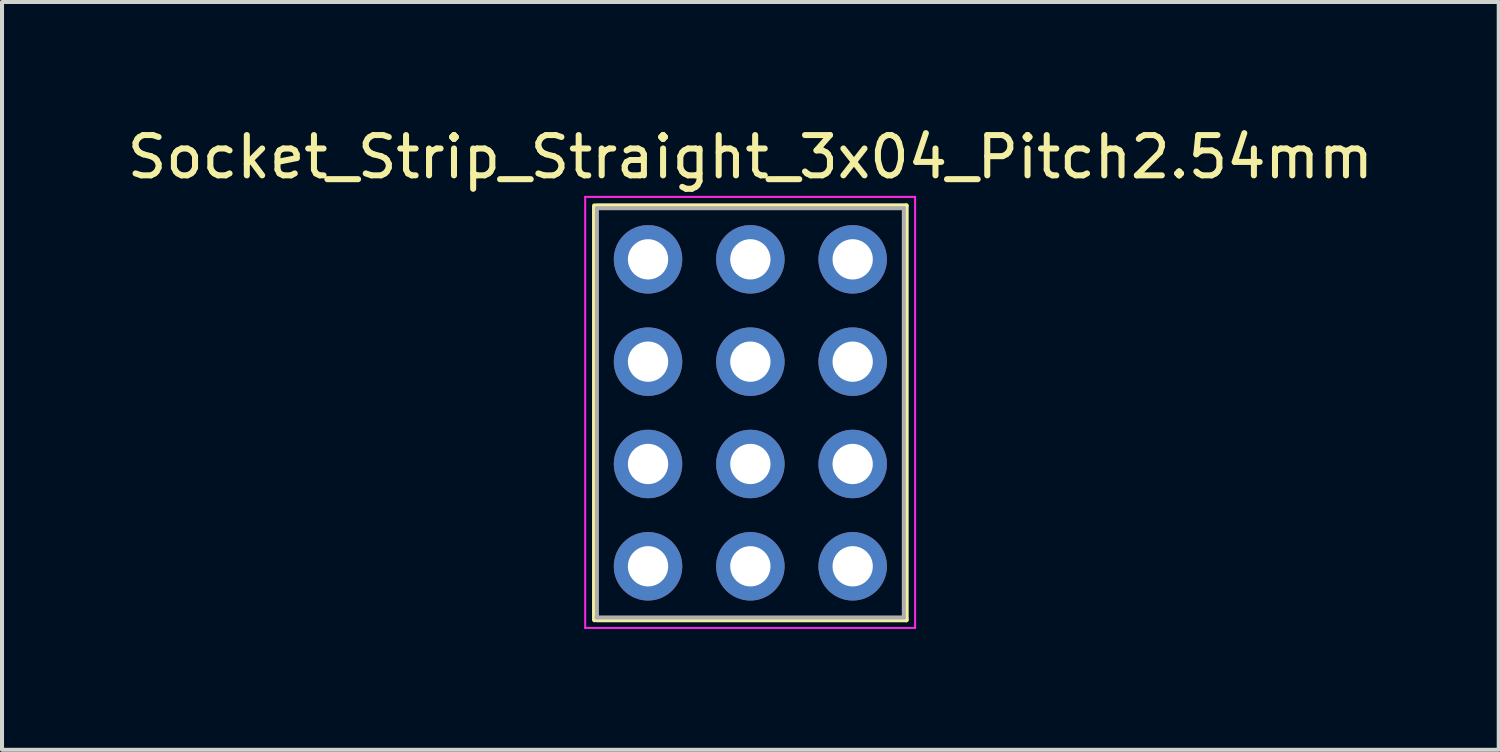
<source format=kicad_pcb>
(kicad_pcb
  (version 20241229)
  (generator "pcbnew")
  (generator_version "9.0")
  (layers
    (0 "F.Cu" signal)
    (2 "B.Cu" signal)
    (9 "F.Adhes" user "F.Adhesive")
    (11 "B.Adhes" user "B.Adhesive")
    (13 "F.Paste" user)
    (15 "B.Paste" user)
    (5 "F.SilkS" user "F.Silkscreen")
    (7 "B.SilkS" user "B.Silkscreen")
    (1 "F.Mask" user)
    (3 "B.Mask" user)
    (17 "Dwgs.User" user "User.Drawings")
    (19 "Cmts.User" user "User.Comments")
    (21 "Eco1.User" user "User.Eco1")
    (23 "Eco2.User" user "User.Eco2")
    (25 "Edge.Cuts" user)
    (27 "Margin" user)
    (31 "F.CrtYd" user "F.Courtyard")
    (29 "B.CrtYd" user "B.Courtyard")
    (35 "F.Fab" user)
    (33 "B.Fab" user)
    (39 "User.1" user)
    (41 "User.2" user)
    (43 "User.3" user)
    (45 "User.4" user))
  (footprint "Socket_Strip_Straight_3x04_Pitch2.54mm"
    (placed yes)
    (layer "F.Cu")
    (at 18.117 3.388)
    (property "Reference" "Socket_Strip_Straight_3x04_Pitch2.54mm" (at -2.54 -2.54 0) (layer "F.SilkS") (effects (font (size 1 1) (thickness 0.15))))
    (attr through_hole)
    (fp_line (start -6.41 8.95) (end -6.41 -1.33) (stroke (width 0.12) (type solid)) (layer "F.SilkS"))
    (fp_line (start -6.35 -1.33) (end 1.33 -1.33) (stroke (width 0.12) (type solid)) (layer "F.SilkS"))
    (fp_line (start 1.33 -1.33) (end 1.33 8.95) (stroke (width 0.12) (type solid)) (layer "F.SilkS"))
    (fp_line (start 1.33 8.95) (end -6.35 8.95) (stroke (width 0.12) (type solid)) (layer "F.SilkS"))
    (fp_line (start -6.64 -1.55) (end -6.64 9.15) (stroke (width 0.05) (type solid)) (layer "F.CrtYd"))
    (fp_line (start -6.64 9.15) (end 1.55 9.15) (stroke (width 0.05) (type solid)) (layer "F.CrtYd"))
    (fp_line (start 1.55 -1.55) (end -6.64 -1.55) (stroke (width 0.05) (type solid)) (layer "F.CrtYd"))
    (fp_line (start 1.55 9.15) (end 1.55 -1.55) (stroke (width 0.05) (type solid)) (layer "F.CrtYd"))
    (fp_line (start -6.36 8.89) (end 1.27 8.89) (stroke (width 0.1) (type solid)) (layer "F.Fab"))
    (fp_line (start -6.35 -1.27) (end -6.35 8.89) (stroke (width 0.1) (type solid)) (layer "F.Fab"))
    (fp_line (start 1.27 -1.27) (end -6.35 -1.27) (stroke (width 0.1) (type solid)) (layer "F.Fab"))
    (fp_line (start 1.27 8.89) (end 1.27 -1.27) (stroke (width 0.1) (type solid)) (layer "F.Fab"))
    (pad "1" thru_hole circle (at 0 0) (size 1.7 1.7) (drill 1) (layers "*.Cu" "*.Mask"))
    (pad "2" thru_hole oval (at -2.54 0) (size 1.7 1.7) (drill 1) (layers "*.Cu" "*.Mask"))
    (pad "3" thru_hole oval (at 0 2.54) (size 1.7 1.7) (drill 1) (layers "*.Cu" "*.Mask"))
    (pad "4" thru_hole oval (at -2.54 2.54) (size 1.7 1.7) (drill 1) (layers "*.Cu" "*.Mask"))
    (pad "5" thru_hole oval (at 0 5.08) (size 1.7 1.7) (drill 1) (layers "*.Cu" "*.Mask"))
    (pad "6" thru_hole oval (at -2.54 5.08) (size 1.7 1.7) (drill 1) (layers "*.Cu" "*.Mask"))
    (pad "7" thru_hole oval (at 0 7.62) (size 1.7 1.7) (drill 1) (layers "*.Cu" "*.Mask"))
    (pad "8" thru_hole oval (at -2.54 7.62) (size 1.7 1.7) (drill 1) (layers "*.Cu" "*.Mask"))
    (pad "9" thru_hole oval (at -5.08 0) (size 1.7 1.7) (drill 1) (layers "*.Cu" "*.Mask"))
    (pad "10" thru_hole oval (at -5.08 2.54) (size 1.7 1.7) (drill 1) (layers "*.Cu" "*.Mask"))
    (pad "11" thru_hole oval (at -5.08 5.08) (size 1.7 1.7) (drill 1) (layers "*.Cu" "*.Mask"))
    (pad "12" thru_hole oval (at -5.08 7.62) (size 1.7 1.7) (drill 1) (layers "*.Cu" "*.Mask")))
  (gr_rect
    (start -3 -3)
    (end 34.155 15.563)
    (stroke (width 0.1) (type default))
    (fill no)
    (layer "Edge.Cuts")))
</source>
